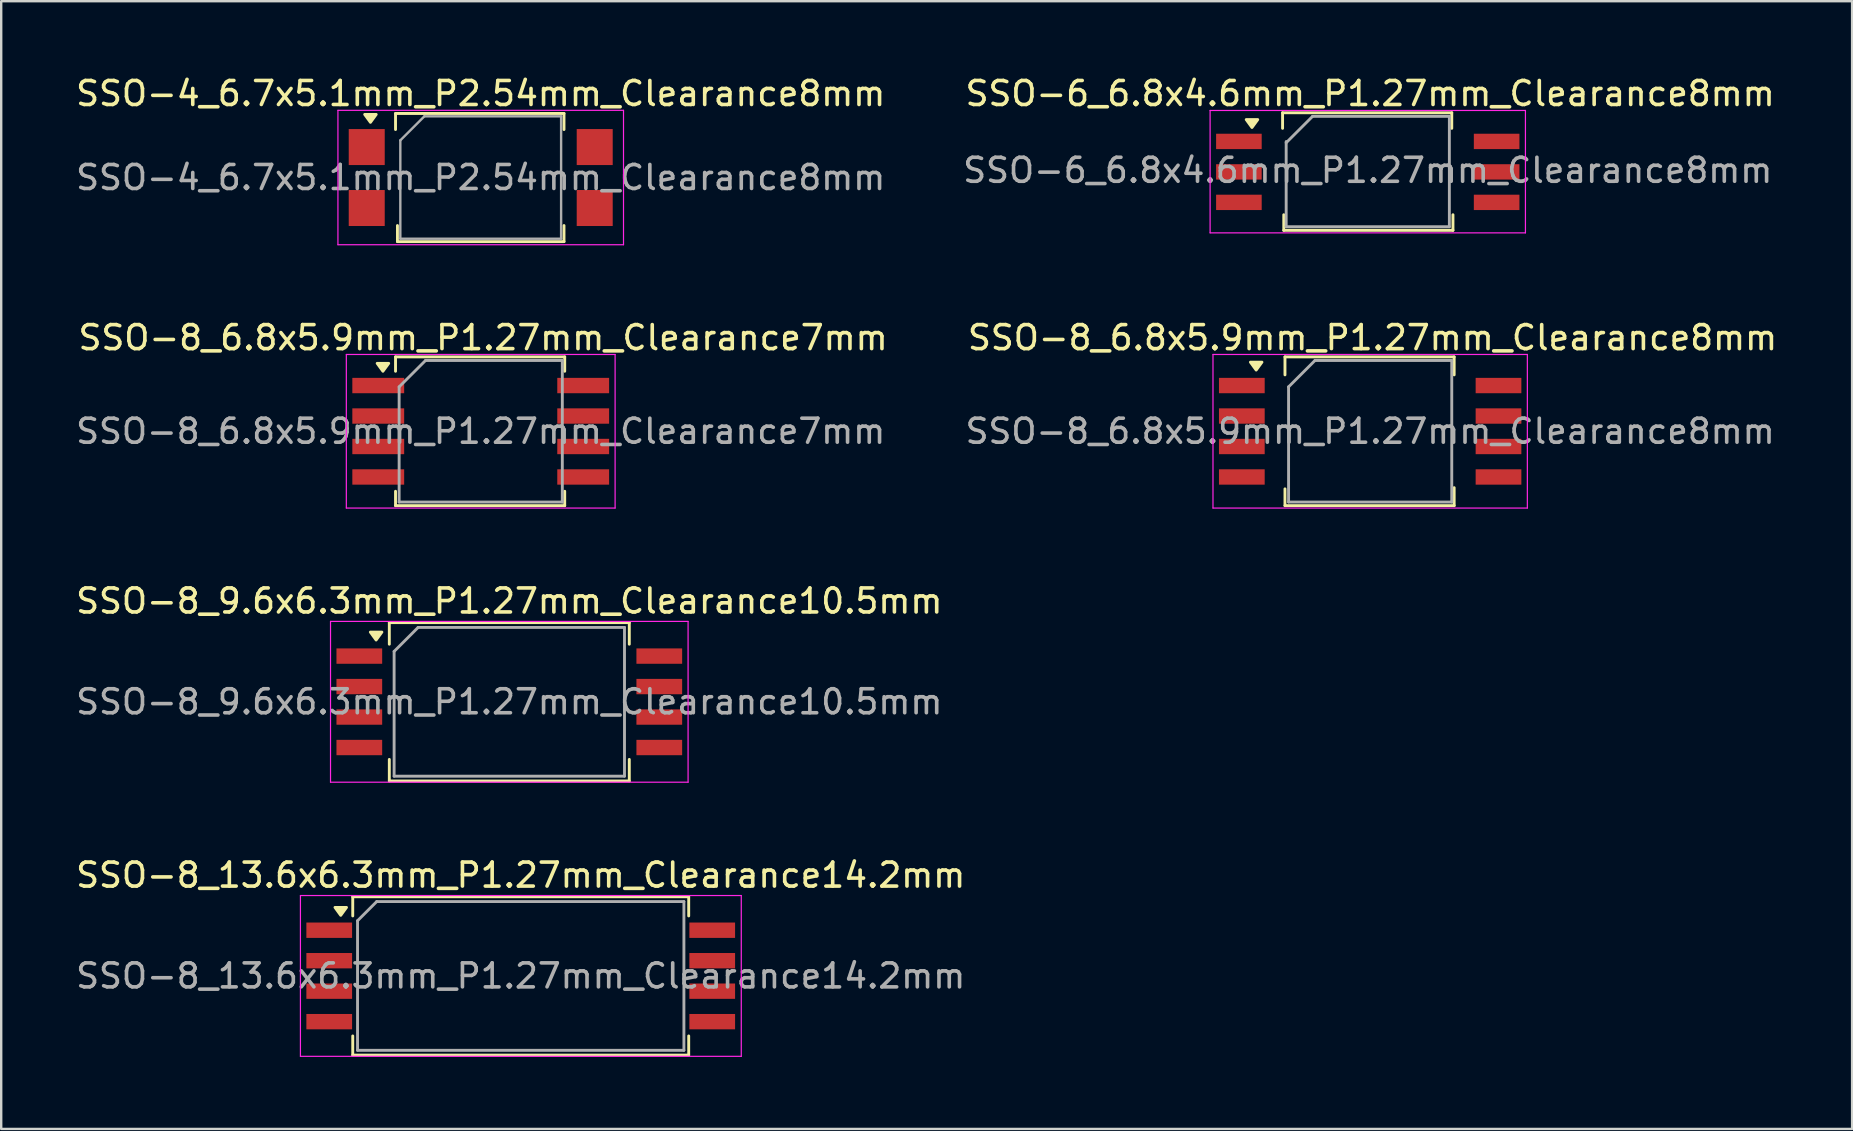
<source format=kicad_pcb>
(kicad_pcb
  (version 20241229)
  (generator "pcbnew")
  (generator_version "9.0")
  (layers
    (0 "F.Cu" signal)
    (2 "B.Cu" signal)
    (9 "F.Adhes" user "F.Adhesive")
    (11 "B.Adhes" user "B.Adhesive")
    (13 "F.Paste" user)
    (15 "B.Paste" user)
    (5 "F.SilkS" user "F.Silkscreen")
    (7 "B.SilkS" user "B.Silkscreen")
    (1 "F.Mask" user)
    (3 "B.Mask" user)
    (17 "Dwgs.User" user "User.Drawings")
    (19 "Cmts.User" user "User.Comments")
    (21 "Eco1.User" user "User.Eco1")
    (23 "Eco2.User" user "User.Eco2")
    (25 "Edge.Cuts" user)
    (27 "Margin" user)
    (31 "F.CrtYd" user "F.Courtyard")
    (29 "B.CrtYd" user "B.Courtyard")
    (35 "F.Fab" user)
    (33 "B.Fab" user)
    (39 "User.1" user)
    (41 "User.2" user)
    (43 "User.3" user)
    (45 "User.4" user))
  (footprint "SSO-4_6.7x5.1mm_P2.54mm_Clearance8mm"
    (layer "F.Cu")
    (at 16.982 4.348)
    (property "Reference" "SSO-4_6.7x5.1mm_P2.54mm_Clearance8mm" (at 0 -3.5 0) (layer "F.SilkS") (effects (font (size 1 1) (thickness 0.15))))
    (attr smd)
    (fp_line (start -3.55 -2.67) (end -3.55 -2) (stroke (width 0.12) (type solid)) (layer "F.SilkS"))
    (fp_line (start -3.47 2) (end -3.47 2.67) (stroke (width 0.12) (type solid)) (layer "F.SilkS"))
    (fp_line (start -3.47 2.67) (end 3.47 2.67) (stroke (width 0.12) (type solid)) (layer "F.SilkS"))
    (fp_line (start 3.47 -2.67) (end -3.55 -2.67) (stroke (width 0.12) (type solid)) (layer "F.SilkS"))
    (fp_line (start 3.47 -2.67) (end 3.47 -2) (stroke (width 0.12) (type solid)) (layer "F.SilkS"))
    (fp_line (start 3.47 2) (end 3.47 2.67) (stroke (width 0.12) (type solid)) (layer "F.SilkS"))
    (fp_poly (pts (xy -4.595 -2.3) (xy -4.835 -2.63) (xy -4.355 -2.63) (xy -4.595 -2.3)) (stroke (width 0.12) (type solid)) (fill yes) (layer "F.SilkS"))
    (fp_line (start -5.95 -2.8) (end -5.95 2.8) (stroke (width 0.05) (type solid)) (layer "F.CrtYd"))
    (fp_line (start -5.95 -2.8) (end 5.95 -2.8) (stroke (width 0.05) (type solid)) (layer "F.CrtYd"))
    (fp_line (start 5.95 2.8) (end -5.95 2.8) (stroke (width 0.05) (type solid)) (layer "F.CrtYd"))
    (fp_line (start 5.95 2.8) (end 5.95 -2.8) (stroke (width 0.05) (type solid)) (layer "F.CrtYd"))
    (fp_line (start -3.35 2.55) (end -3.35 -1.55) (stroke (width 0.1) (type solid)) (layer "F.Fab"))
    (fp_line (start -2.35 -2.55) (end -3.35 -1.55) (stroke (width 0.1) (type solid)) (layer "F.Fab"))
    (fp_line (start 3.35 -2.55) (end -2.35 -2.55) (stroke (width 0.1) (type solid)) (layer "F.Fab"))
    (fp_line (start 3.35 -2.55) (end 3.35 2.55) (stroke (width 0.1) (type solid)) (layer "F.Fab"))
    (fp_line (start 3.35 2.55) (end -3.35 2.55) (stroke (width 0.1) (type solid)) (layer "F.Fab"))
    (fp_text user "${REFERENCE}" (at 0 0 0) (layer "F.Fab") (effects (font (size 1 1) (thickness 0.15))))
    (pad "1" smd rect (at -4.75 -1.27) (size 1.5 1.5) (layers "F.Cu" "F.Mask" "F.Paste"))
    (pad "2" smd rect (at -4.75 1.27) (size 1.5 1.5) (layers "F.Cu" "F.Mask" "F.Paste"))
    (pad "3" smd rect (at 4.75 1.27) (size 1.5 1.5) (layers "F.Cu" "F.Mask" "F.Paste"))
    (pad "4" smd rect (at 4.75 -1.27) (size 1.5 1.5) (layers "F.Cu" "F.Mask" "F.Paste")))
  (footprint "SSO-8_6.8x5.9mm_P1.27mm_Clearance8mm"
    (layer "F.Cu")
    (at 54.046 14.921)
    (property "Reference" "SSO-8_6.8x5.9mm_P1.27mm_Clearance8mm" (at 0.1 -3.9 0) (layer "F.SilkS") (effects (font (size 1 1) (thickness 0.15))))
    (attr smd)
    (fp_line (start -3.55 -2.35) (end -3.55 -3.1) (stroke (width 0.12) (type solid)) (layer "F.SilkS"))
    (fp_line (start -3.55 2.4) (end -3.55 3.1) (stroke (width 0.12) (type solid)) (layer "F.SilkS"))
    (fp_line (start -3.55 3.1) (end 3.5 3.1) (stroke (width 0.12) (type solid)) (layer "F.SilkS"))
    (fp_line (start 3.5 -3.1) (end -3.55 -3.1) (stroke (width 0.12) (type solid)) (layer "F.SilkS"))
    (fp_line (start 3.5 -2.35) (end 3.5 -3.1) (stroke (width 0.12) (type solid)) (layer "F.SilkS"))
    (fp_line (start 3.5 3.1) (end 3.5 2.35) (stroke (width 0.12) (type solid)) (layer "F.SilkS"))
    (fp_poly (pts (xy -4.75 -2.55) (xy -4.99 -2.88) (xy -4.51 -2.88) (xy -4.75 -2.55)) (stroke (width 0.12) (type solid)) (fill yes) (layer "F.SilkS"))
    (fp_line (start -6.55 -3.2) (end -6.55 3.2) (stroke (width 0.05) (type solid)) (layer "F.CrtYd"))
    (fp_line (start -6.55 -3.2) (end 6.55 -3.2) (stroke (width 0.05) (type solid)) (layer "F.CrtYd"))
    (fp_line (start 6.55 3.2) (end -6.55 3.2) (stroke (width 0.05) (type solid)) (layer "F.CrtYd"))
    (fp_line (start 6.55 3.2) (end 6.55 -3.2) (stroke (width 0.05) (type solid)) (layer "F.CrtYd"))
    (fp_line (start -3.4 -1.85) (end -3.4 2.95) (stroke (width 0.12) (type solid)) (layer "F.Fab"))
    (fp_line (start -3.4 2.95) (end 3.4 2.95) (stroke (width 0.12) (type solid)) (layer "F.Fab"))
    (fp_line (start -2.3 -2.95) (end -3.4 -1.85) (stroke (width 0.12) (type solid)) (layer "F.Fab"))
    (fp_line (start 3.4 -2.95) (end -2.3 -2.95) (stroke (width 0.12) (type solid)) (layer "F.Fab"))
    (fp_line (start 3.4 2.95) (end 3.4 -2.95) (stroke (width 0.12) (type solid)) (layer "F.Fab"))
    (fp_text user "${REFERENCE}" (at 0 0 0) (layer "F.Fab") (effects (font (size 1 1) (thickness 0.15))))
    (pad "1" smd rect (at -5.348 -1.905) (size 1.905 0.64) (layers "F.Cu" "F.Mask" "F.Paste"))
    (pad "2" smd rect (at -5.348 -0.635) (size 1.905 0.64) (layers "F.Cu" "F.Mask" "F.Paste"))
    (pad "3" smd rect (at -5.348 0.635) (size 1.905 0.64) (layers "F.Cu" "F.Mask" "F.Paste"))
    (pad "4" smd rect (at -5.348 1.905) (size 1.905 0.64) (layers "F.Cu" "F.Mask" "F.Paste"))
    (pad "5" smd rect (at 5.348 1.905) (size 1.905 0.64) (layers "F.Cu" "F.Mask" "F.Paste"))
    (pad "6" smd rect (at 5.348 0.635) (size 1.905 0.64) (layers "F.Cu" "F.Mask" "F.Paste"))
    (pad "7" smd rect (at 5.348 -0.635) (size 1.905 0.64) (layers "F.Cu" "F.Mask" "F.Paste"))
    (pad "8" smd rect (at 5.348 -1.905) (size 1.905 0.64) (layers "F.Cu" "F.Mask" "F.Paste")))
  (footprint "SSO-8_9.6x6.3mm_P1.27mm_Clearance10.5mm"
    (layer "F.Cu")
    (at 18.173 26.195)
    (property "Reference" "SSO-8_9.6x6.3mm_P1.27mm_Clearance10.5mm" (at 0 -4.2 0) (layer "F.SilkS") (effects (font (size 1 1) (thickness 0.15))))
    (attr smd)
    (fp_line (start -5 -3.3) (end 5 -3.3) (stroke (width 0.12) (type solid)) (layer "F.SilkS"))
    (fp_line (start -5 -2.4) (end -5 -3.3) (stroke (width 0.12) (type solid)) (layer "F.SilkS"))
    (fp_line (start -5 3.3) (end -5 2.4) (stroke (width 0.12) (type solid)) (layer "F.SilkS"))
    (fp_line (start 5 -3.3) (end 5 -2.4) (stroke (width 0.12) (type solid)) (layer "F.SilkS"))
    (fp_line (start 5 2.4) (end 5 3.3) (stroke (width 0.12) (type solid)) (layer "F.SilkS"))
    (fp_line (start 5 3.3) (end -5 3.3) (stroke (width 0.12) (type solid)) (layer "F.SilkS"))
    (fp_poly (pts (xy -5.55 -2.575) (xy -5.79 -2.905) (xy -5.31 -2.905) (xy -5.55 -2.575)) (stroke (width 0.12) (type solid)) (fill yes) (layer "F.SilkS"))
    (fp_line (start -7.45 -3.35) (end -7.45 3.35) (stroke (width 0.05) (type solid)) (layer "F.CrtYd"))
    (fp_line (start -7.45 -3.35) (end 7.45 -3.35) (stroke (width 0.05) (type solid)) (layer "F.CrtYd"))
    (fp_line (start 7.45 3.35) (end -7.45 3.35) (stroke (width 0.05) (type solid)) (layer "F.CrtYd"))
    (fp_line (start 7.45 3.35) (end 7.45 -3.35) (stroke (width 0.05) (type solid)) (layer "F.CrtYd"))
    (fp_line (start -4.8 -2.1) (end -4.8 3.1) (stroke (width 0.12) (type solid)) (layer "F.Fab"))
    (fp_line (start -4.8 3.1) (end 4.8 3.1) (stroke (width 0.12) (type solid)) (layer "F.Fab"))
    (fp_line (start -3.8 -3.1) (end -4.8 -2.1) (stroke (width 0.12) (type solid)) (layer "F.Fab"))
    (fp_line (start 4.8 -3.1) (end -3.8 -3.1) (stroke (width 0.12) (type solid)) (layer "F.Fab"))
    (fp_line (start 4.8 3.1) (end 4.8 -3.1) (stroke (width 0.12) (type solid)) (layer "F.Fab"))
    (fp_text user "${REFERENCE}" (at 0 0 0) (layer "F.Fab") (effects (font (size 1 1) (thickness 0.15))))
    (pad "1" smd rect (at -6.25 -1.905) (size 1.905 0.64) (layers "F.Cu" "F.Mask" "F.Paste"))
    (pad "2" smd rect (at -6.25 -0.635) (size 1.905 0.64) (layers "F.Cu" "F.Mask" "F.Paste"))
    (pad "3" smd rect (at -6.25 0.635) (size 1.905 0.64) (layers "F.Cu" "F.Mask" "F.Paste"))
    (pad "4" smd rect (at -6.25 1.905) (size 1.905 0.64) (layers "F.Cu" "F.Mask" "F.Paste"))
    (pad "5" smd rect (at 6.25 1.905) (size 1.905 0.64) (layers "F.Cu" "F.Mask" "F.Paste"))
    (pad "6" smd rect (at 6.25 0.635) (size 1.905 0.64) (layers "F.Cu" "F.Mask" "F.Paste"))
    (pad "7" smd rect (at 6.25 -0.635) (size 1.905 0.64) (layers "F.Cu" "F.Mask" "F.Paste"))
    (pad "8" smd rect (at 6.25 -1.905) (size 1.905 0.64) (layers "F.Cu" "F.Mask" "F.Paste")))
  (footprint "SSO-6_6.8x4.6mm_P1.27mm_Clearance8mm"
    (layer "F.Cu")
    (at 53.946 4.113)
    (property "Reference" "SSO-6_6.8x4.6mm_P1.27mm_Clearance8mm" (at 0.1 -3.265 0) (layer "F.SilkS") (effects (font (size 1 1) (thickness 0.15))))
    (attr smd)
    (fp_line (start -3.55 -2.465) (end -3.55 -1.815) (stroke (width 0.12) (type solid)) (layer "F.SilkS"))
    (fp_line (start -3.5 1.785) (end -3.5 2.435) (stroke (width 0.12) (type solid)) (layer "F.SilkS"))
    (fp_line (start -3.5 2.435) (end 3.55 2.435) (stroke (width 0.12) (type solid)) (layer "F.SilkS"))
    (fp_line (start 3.5 -2.465) (end -3.55 -2.465) (stroke (width 0.12) (type solid)) (layer "F.SilkS"))
    (fp_line (start 3.5 -2.465) (end 3.5 -1.815) (stroke (width 0.12) (type solid)) (layer "F.SilkS"))
    (fp_line (start 3.55 1.785) (end 3.55 2.435) (stroke (width 0.12) (type solid)) (layer "F.SilkS"))
    (fp_poly (pts (xy -4.825 -1.85) (xy -5.065 -2.18) (xy -4.585 -2.18) (xy -4.825 -1.85)) (stroke (width 0.12) (type solid)) (fill yes) (layer "F.SilkS"))
    (fp_line (start -6.57 -2.56) (end -6.57 2.54) (stroke (width 0.05) (type solid)) (layer "F.CrtYd"))
    (fp_line (start -6.57 -2.56) (end 6.57 -2.56) (stroke (width 0.05) (type solid)) (layer "F.CrtYd"))
    (fp_line (start 6.57 2.54) (end -6.57 2.54) (stroke (width 0.05) (type solid)) (layer "F.CrtYd"))
    (fp_line (start 6.57 2.54) (end 6.57 -2.56) (stroke (width 0.05) (type solid)) (layer "F.CrtYd"))
    (fp_line (start -3.4 2.285) (end -3.4 -1.265) (stroke (width 0.12) (type solid)) (layer "F.Fab"))
    (fp_line (start -2.3 -2.315) (end -3.4 -1.215) (stroke (width 0.12) (type solid)) (layer "F.Fab"))
    (fp_line (start 3.4 -2.315) (end -2.3 -2.315) (stroke (width 0.12) (type solid)) (layer "F.Fab"))
    (fp_line (start 3.4 -2.315) (end 3.4 2.285) (stroke (width 0.12) (type solid)) (layer "F.Fab"))
    (fp_line (start 3.4 2.285) (end -3.4 2.285) (stroke (width 0.12) (type solid)) (layer "F.Fab"))
    (fp_text user "${REFERENCE}" (at 0 -0.065 0) (layer "F.Fab") (effects (font (size 1 1) (thickness 0.15))))
    (pad "1" smd rect (at -5.37 -1.27) (size 1.9 0.64) (layers "F.Cu" "F.Mask" "F.Paste"))
    (pad "2" smd rect (at -5.37 0) (size 1.9 0.64) (layers "F.Cu" "F.Mask" "F.Paste"))
    (pad "3" smd rect (at -5.37 1.27) (size 1.9 0.64) (layers "F.Cu" "F.Mask" "F.Paste"))
    (pad "4" smd rect (at 5.37 1.27) (size 1.9 0.64) (layers "F.Cu" "F.Mask" "F.Paste"))
    (pad "5" smd rect (at 5.37 0) (size 1.9 0.64) (layers "F.Cu" "F.Mask" "F.Paste"))
    (pad "6" smd rect (at 5.37 -1.27) (size 1.9 0.64) (layers "F.Cu" "F.Mask" "F.Paste")))
  (footprint "SSO-8_6.8x5.9mm_P1.27mm_Clearance7mm"
    (layer "F.Cu")
    (at 16.982 14.921)
    (property "Reference" "SSO-8_6.8x5.9mm_P1.27mm_Clearance7mm" (at 0.1 -3.9 0) (layer "F.SilkS") (effects (font (size 1 1) (thickness 0.15))))
    (attr smd)
    (fp_line (start -3.55 -3.1) (end -3.55 -2.5) (stroke (width 0.12) (type solid)) (layer "F.SilkS"))
    (fp_line (start -3.55 3.1) (end -3.55 2.5) (stroke (width 0.12) (type solid)) (layer "F.SilkS"))
    (fp_line (start -3.55 3.1) (end 3.5 3.1) (stroke (width 0.12) (type solid)) (layer "F.SilkS"))
    (fp_line (start 3.5 -3.1) (end -3.55 -3.1) (stroke (width 0.12) (type solid)) (layer "F.SilkS"))
    (fp_line (start 3.5 -3.1) (end 3.5 -2.5) (stroke (width 0.12) (type solid)) (layer "F.SilkS"))
    (fp_line (start 3.5 3.1) (end 3.5 2.5) (stroke (width 0.12) (type solid)) (layer "F.SilkS"))
    (fp_poly (pts (xy -4.075 -2.5) (xy -4.315 -2.83) (xy -3.835 -2.83) (xy -4.075 -2.5)) (stroke (width 0.12) (type solid)) (fill yes) (layer "F.SilkS"))
    (fp_line (start -5.6 -3.2) (end -5.6 3.2) (stroke (width 0.05) (type solid)) (layer "F.CrtYd"))
    (fp_line (start -5.6 -3.2) (end 5.6 -3.2) (stroke (width 0.05) (type solid)) (layer "F.CrtYd"))
    (fp_line (start 5.6 3.2) (end -5.6 3.2) (stroke (width 0.05) (type solid)) (layer "F.CrtYd"))
    (fp_line (start 5.6 3.2) (end 5.6 -3.2) (stroke (width 0.05) (type solid)) (layer "F.CrtYd"))
    (fp_line (start -3.4 -1.85) (end -3.4 2.95) (stroke (width 0.12) (type solid)) (layer "F.Fab"))
    (fp_line (start -3.4 2.95) (end 3.4 2.95) (stroke (width 0.12) (type solid)) (layer "F.Fab"))
    (fp_line (start -2.3 -2.95) (end -3.4 -1.85) (stroke (width 0.12) (type solid)) (layer "F.Fab"))
    (fp_line (start 3.4 -2.95) (end -2.3 -2.95) (stroke (width 0.12) (type solid)) (layer "F.Fab"))
    (fp_line (start 3.4 2.95) (end 3.4 -2.95) (stroke (width 0.12) (type solid)) (layer "F.Fab"))
    (fp_text user "${REFERENCE}" (at 0 0 0) (layer "F.Fab") (effects (font (size 1 1) (thickness 0.15))))
    (pad "1" smd rect (at -4.27 -1.905) (size 2.16 0.64) (layers "F.Cu" "F.Mask" "F.Paste"))
    (pad "2" smd rect (at -4.27 -0.635) (size 2.16 0.64) (layers "F.Cu" "F.Mask" "F.Paste"))
    (pad "3" smd rect (at -4.27 0.635) (size 2.16 0.64) (layers "F.Cu" "F.Mask" "F.Paste"))
    (pad "4" smd rect (at -4.27 1.905) (size 2.16 0.64) (layers "F.Cu" "F.Mask" "F.Paste"))
    (pad "5" smd rect (at 4.27 1.905) (size 2.16 0.64) (layers "F.Cu" "F.Mask" "F.Paste"))
    (pad "6" smd rect (at 4.27 0.635) (size 2.16 0.64) (layers "F.Cu" "F.Mask" "F.Paste"))
    (pad "7" smd rect (at 4.27 -0.635) (size 2.16 0.64) (layers "F.Cu" "F.Mask" "F.Paste"))
    (pad "8" smd rect (at 4.27 -1.905) (size 2.16 0.64) (layers "F.Cu" "F.Mask" "F.Paste")))
  (footprint "SSO-8_13.6x6.3mm_P1.27mm_Clearance14.2mm"
    (layer "F.Cu")
    (at 18.649 37.618)
    (property "Reference" "SSO-8_13.6x6.3mm_P1.27mm_Clearance14.2mm" (at 0 -4.2 0) (layer "F.SilkS") (effects (font (size 1 1) (thickness 0.15))))
    (attr smd)
    (fp_line (start -7 -3.3) (end 7 -3.3) (stroke (width 0.12) (type solid)) (layer "F.SilkS"))
    (fp_line (start -7 -2.5) (end -7 -3.3) (stroke (width 0.12) (type solid)) (layer "F.SilkS"))
    (fp_line (start -7 2.5) (end -7 3.3) (stroke (width 0.12) (type solid)) (layer "F.SilkS"))
    (fp_line (start 7 -3.3) (end 7 -2.5) (stroke (width 0.12) (type solid)) (layer "F.SilkS"))
    (fp_line (start 7 2.5) (end 7 3.3) (stroke (width 0.12) (type solid)) (layer "F.SilkS"))
    (fp_line (start 7 3.3) (end -7 3.3) (stroke (width 0.12) (type solid)) (layer "F.SilkS"))
    (fp_poly (pts (xy -7.5 -2.525) (xy -7.74 -2.855) (xy -7.26 -2.855) (xy -7.5 -2.525)) (stroke (width 0.12) (type solid)) (fill yes) (layer "F.SilkS"))
    (fp_line (start -9.18 -3.35) (end -9.18 3.35) (stroke (width 0.05) (type solid)) (layer "F.CrtYd"))
    (fp_line (start -9.18 -3.35) (end 9.19 -3.35) (stroke (width 0.05) (type solid)) (layer "F.CrtYd"))
    (fp_line (start 9.19 3.35) (end -9.18 3.35) (stroke (width 0.05) (type solid)) (layer "F.CrtYd"))
    (fp_line (start 9.19 3.35) (end 9.19 -3.35) (stroke (width 0.05) (type solid)) (layer "F.CrtYd"))
    (fp_line (start -6.8 -2.3) (end -6.8 3.1) (stroke (width 0.12) (type solid)) (layer "F.Fab"))
    (fp_line (start -6.8 3.1) (end 6.8 3.1) (stroke (width 0.12) (type solid)) (layer "F.Fab"))
    (fp_line (start -6 -3.1) (end -6.8 -2.3) (stroke (width 0.12) (type solid)) (layer "F.Fab"))
    (fp_line (start 6.8 -3.1) (end -6 -3.1) (stroke (width 0.12) (type solid)) (layer "F.Fab"))
    (fp_line (start 6.8 3.1) (end 6.8 -3.1) (stroke (width 0.12) (type solid)) (layer "F.Fab"))
    (fp_text user "${REFERENCE}" (at 0 0 0) (layer "F.Fab") (effects (font (size 1 1) (thickness 0.15))))
    (pad "1" smd rect (at -7.98 -1.905) (size 1.905 0.64) (layers "F.Cu" "F.Mask" "F.Paste"))
    (pad "2" smd rect (at -7.98 -0.635) (size 1.905 0.64) (layers "F.Cu" "F.Mask" "F.Paste"))
    (pad "3" smd rect (at -7.98 0.635) (size 1.905 0.64) (layers "F.Cu" "F.Mask" "F.Paste"))
    (pad "4" smd rect (at -7.98 1.905) (size 1.905 0.64) (layers "F.Cu" "F.Mask" "F.Paste"))
    (pad "5" smd rect (at 7.98 1.905) (size 1.905 0.64) (layers "F.Cu" "F.Mask" "F.Paste"))
    (pad "6" smd rect (at 7.98 0.635) (size 1.905 0.64) (layers "F.Cu" "F.Mask" "F.Paste"))
    (pad "7" smd rect (at 7.98 -0.635) (size 1.905 0.64) (layers "F.Cu" "F.Mask" "F.Paste"))
    (pad "8" smd rect (at 7.98 -1.905) (size 1.905 0.64) (layers "F.Cu" "F.Mask" "F.Paste")))
  (gr_rect
    (start -3 -3)
    (end 74.129 43.993)
    (stroke (width 0.1) (type default))
    (fill no)
    (layer "Edge.Cuts")))
</source>
